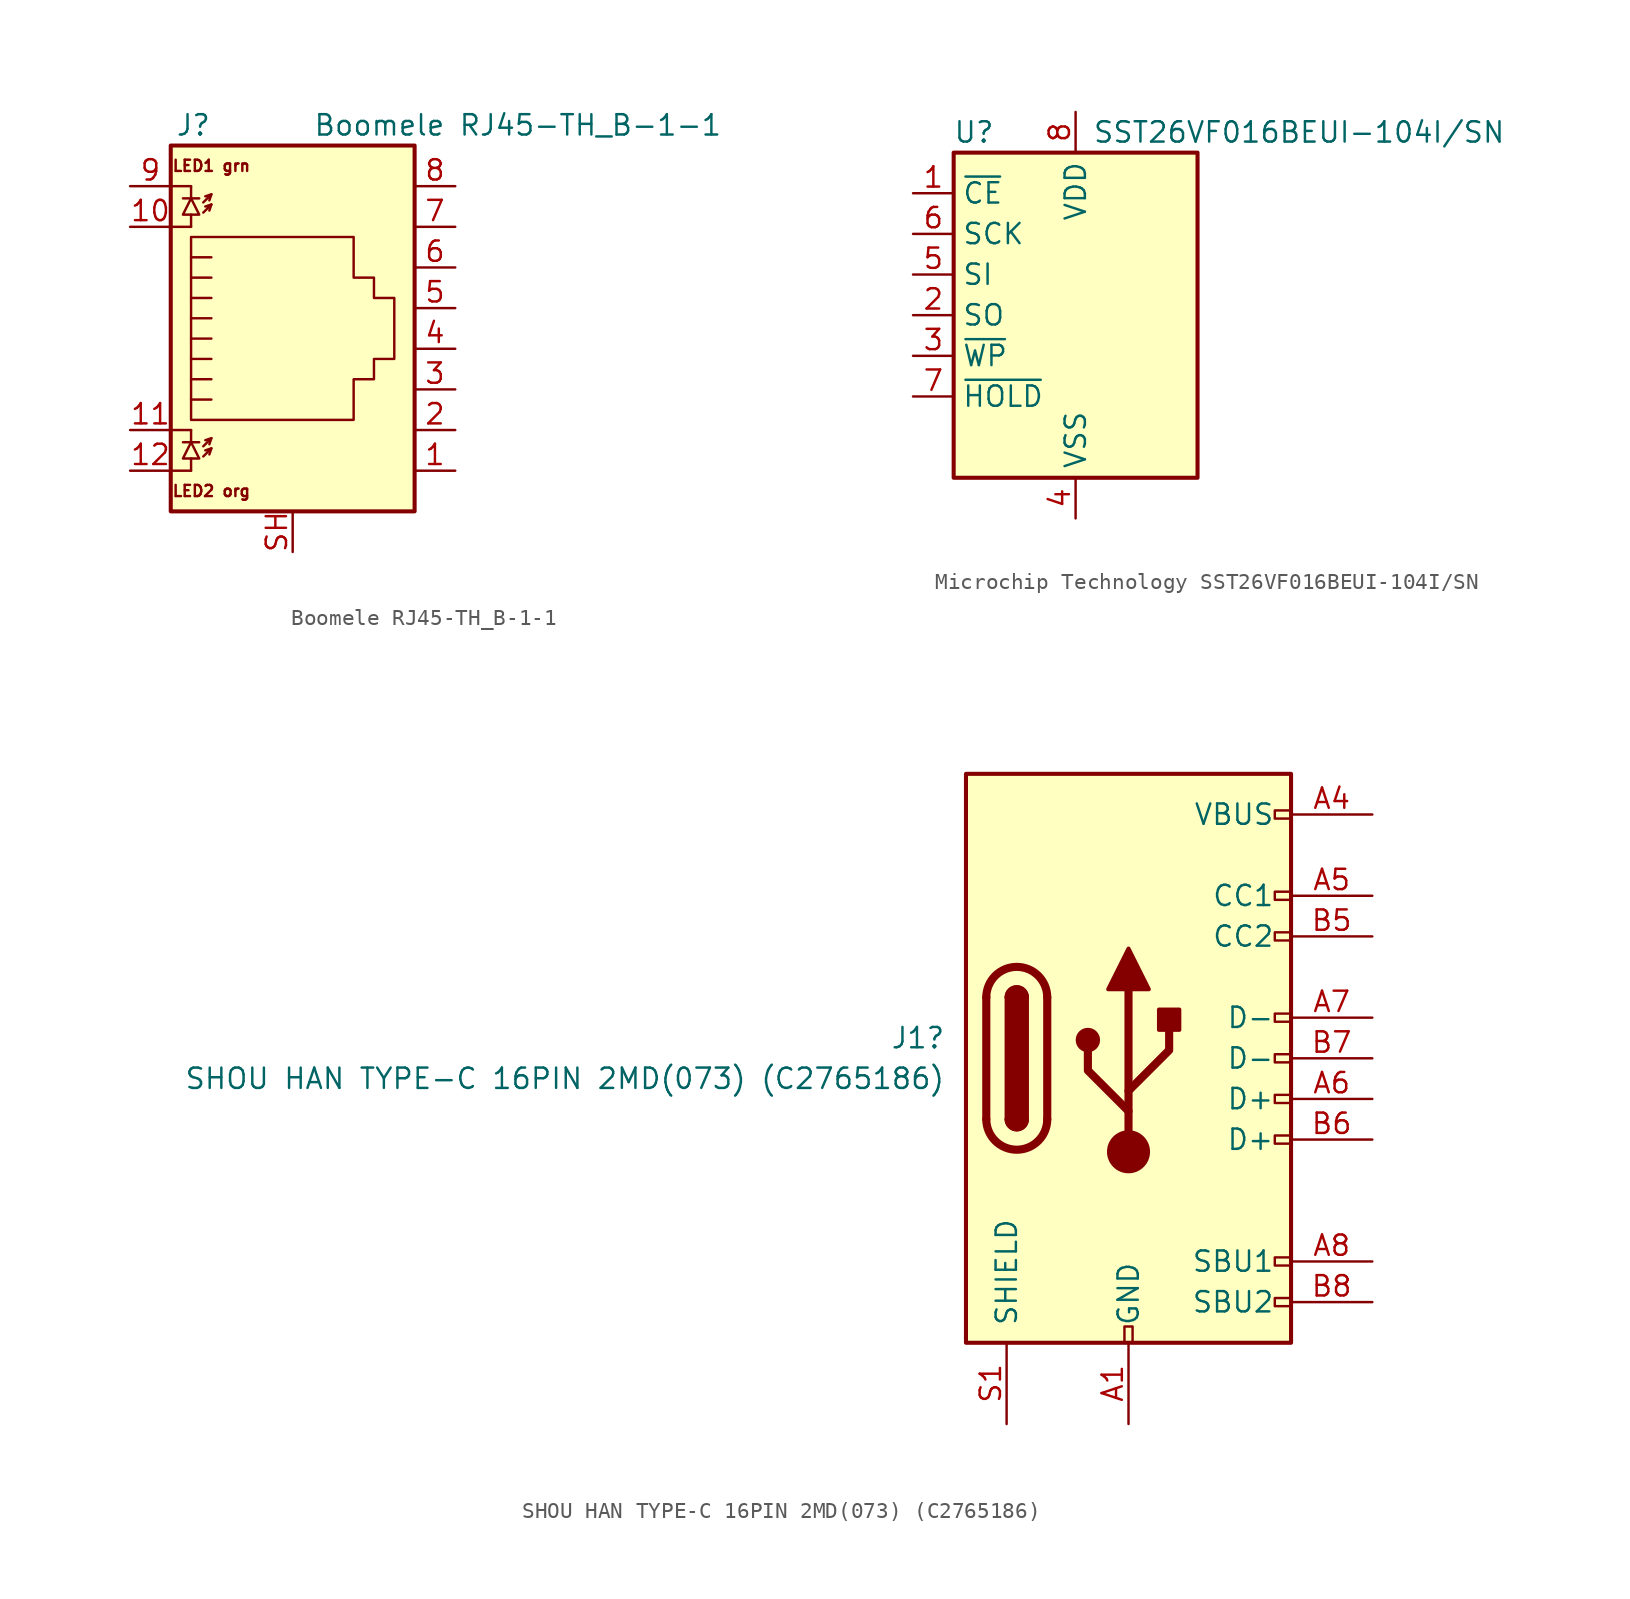
<source format=kicad_sym>
(kicad_symbol_lib
  (version 20220914)
  (generator kicad_symbol_editor)
  (symbol "Boomele RJ45-TH_B-1-1"
    (pin_names
      (offset 1.016))
    (property "Reference" "J"
      (at -5.08 13.97 0)
      (effects (font (size 1.27 1.27)) (justify right)))
    (property "Value" "Boomele RJ45-TH_B-1-1"
      (at 1.27 13.97 0)
      (effects (font (size 1.27 1.27)) (justify left)))
    (symbol "Boomele RJ45-TH_B-1-1_0_1"
      (rectangle (start -7.62 12.7) (end 7.62 -10.16) (stroke (width 0.254) (type default)) (fill (type background)))
      (polyline (pts (xy -7.62 -7.62) (xy -6.35 -7.62)) (stroke (width 0) (type default)) (fill (type none)))
      (polyline (pts (xy -7.62 -5.08) (xy -6.35 -5.08)) (stroke (width 0) (type default)) (fill (type none)))
      (polyline (pts (xy -7.62 7.62) (xy -6.35 7.62)) (stroke (width 0) (type default)) (fill (type none)))
      (polyline (pts (xy -7.62 10.16) (xy -6.35 10.16)) (stroke (width 0) (type default)) (fill (type none)))
      (polyline (pts (xy -6.858 -5.842) (xy -5.842 -5.842)) (stroke (width 0) (type default)) (fill (type none)))
      (polyline (pts (xy -6.858 9.398) (xy -5.842 9.398)) (stroke (width 0) (type default)) (fill (type none)))
      (polyline (pts (xy -6.35 -7.62) (xy -6.35 -6.858)) (stroke (width 0) (type default)) (fill (type none)))
      (polyline (pts (xy -6.35 -5.08) (xy -6.35 -5.842)) (stroke (width 0) (type default)) (fill (type none)))
      (polyline (pts (xy -6.35 7.62) (xy -6.35 8.382)) (stroke (width 0) (type default)) (fill (type none)))
      (polyline (pts (xy -6.35 10.16) (xy -6.35 9.398)) (stroke (width 0) (type default)) (fill (type none)))
      (polyline (pts (xy -5.08 -6.223) (xy -5.207 -6.604)) (stroke (width 0) (type default)) (fill (type none)))
      (polyline (pts (xy -5.08 -5.588) (xy -5.207 -5.969)) (stroke (width 0) (type default)) (fill (type none)))
      (polyline (pts (xy -5.08 4.445) (xy -6.35 4.445)) (stroke (width 0) (type default)) (fill (type none)))
      (polyline (pts (xy -5.08 5.715) (xy -6.35 5.715)) (stroke (width 0) (type default)) (fill (type none)))
      (polyline (pts (xy -5.08 9.017) (xy -5.207 8.636)) (stroke (width 0) (type default)) (fill (type none)))
      (polyline (pts (xy -5.08 9.652) (xy -5.207 9.271)) (stroke (width 0) (type default)) (fill (type none)))
      (polyline (pts (xy -6.35 -3.175) (xy -5.08 -3.175) (xy -5.08 -3.175)) (stroke (width 0) (type default)) (fill (type none)))
      (polyline (pts (xy -6.35 -1.905) (xy -5.08 -1.905) (xy -5.08 -1.905)) (stroke (width 0) (type default)) (fill (type none)))
      (polyline (pts (xy -6.35 -0.635) (xy -5.08 -0.635) (xy -5.08 -0.635)) (stroke (width 0) (type default)) (fill (type none)))
      (polyline (pts (xy -6.35 0.635) (xy -5.08 0.635) (xy -5.08 0.635)) (stroke (width 0) (type default)) (fill (type none)))
      (polyline (pts (xy -6.35 1.905) (xy -5.08 1.905) (xy -5.08 1.905)) (stroke (width 0) (type default)) (fill (type none)))
      (polyline (pts (xy -5.588 -6.731) (xy -5.08 -6.223) (xy -5.461 -6.35)) (stroke (width 0) (type default)) (fill (type none)))
      (polyline (pts (xy -5.588 -6.096) (xy -5.08 -5.588) (xy -5.461 -5.715)) (stroke (width 0) (type default)) (fill (type none)))
      (polyline (pts (xy -5.588 8.509) (xy -5.08 9.017) (xy -5.461 8.89)) (stroke (width 0) (type default)) (fill (type none)))
      (polyline (pts (xy -5.588 9.144) (xy -5.08 9.652) (xy -5.461 9.525)) (stroke (width 0) (type default)) (fill (type none)))
      (polyline (pts (xy -5.08 3.175) (xy -6.35 3.175) (xy -6.35 3.175)) (stroke (width 0) (type default)) (fill (type none)))
      (polyline (pts (xy -6.35 -5.842) (xy -6.858 -6.858) (xy -5.842 -6.858) (xy -6.35 -5.842)) (stroke (width 0) (type default)) (fill (type none)))
      (polyline (pts (xy -6.35 9.398) (xy -6.858 8.382) (xy -5.842 8.382) (xy -6.35 9.398)) (stroke (width 0) (type default)) (fill (type none)))
      (polyline (pts (xy -6.35 -4.445) (xy -6.35 6.985) (xy 3.81 6.985) (xy 3.81 4.445) (xy 5.08 4.445) (xy 5.08 3.175) (xy 6.35 3.175) (xy 6.35 -0.635) (xy 5.08 -0.635) (xy 5.08 -1.905) (xy 3.81 -1.905) (xy 3.81 -4.445) (xy -6.35 -4.445) (xy -6.35 -4.445)) (stroke (width 0) (type default)) (fill (type none))))
    (symbol "Boomele RJ45-TH_B-1-1_1_1"
      (text "LED1 grn" (at -5.08 11.43 0) (effects (font (size 0.7 0.7))))
      (text "LED2 org" (at -5.08 -8.89 0) (effects (font (size 0.7 0.7))))
      (pin passive line (at 10.16 -7.62 180) (length 2.54) (name "~" (effects (font (size 1.27 1.27)))) (number "1" (effects (font (size 1.27 1.27)))))
      (pin passive line (at -10.16 7.62 0) (length 2.54) (name "~" (effects (font (size 1.27 1.27)))) (number "10" (effects (font (size 1.27 1.27)))))
      (pin passive line (at -10.16 -5.08 0) (length 2.54) (name "~" (effects (font (size 1.27 1.27)))) (number "11" (effects (font (size 1.27 1.27)))))
      (pin passive line (at -10.16 -7.62 0) (length 2.54) (name "~" (effects (font (size 1.27 1.27)))) (number "12" (effects (font (size 1.27 1.27)))))
      (pin passive line (at 10.16 -5.08 180) (length 2.54) (name "~" (effects (font (size 1.27 1.27)))) (number "2" (effects (font (size 1.27 1.27)))))
      (pin passive line (at 10.16 -2.54 180) (length 2.54) (name "~" (effects (font (size 1.27 1.27)))) (number "3" (effects (font (size 1.27 1.27)))))
      (pin passive line (at 10.16 0 180) (length 2.54) (name "~" (effects (font (size 1.27 1.27)))) (number "4" (effects (font (size 1.27 1.27)))))
      (pin passive line (at 10.16 2.54 180) (length 2.54) (name "~" (effects (font (size 1.27 1.27)))) (number "5" (effects (font (size 1.27 1.27)))))
      (pin passive line (at 10.16 5.08 180) (length 2.54) (name "~" (effects (font (size 1.27 1.27)))) (number "6" (effects (font (size 1.27 1.27)))))
      (pin passive line (at 10.16 7.62 180) (length 2.54) (name "~" (effects (font (size 1.27 1.27)))) (number "7" (effects (font (size 1.27 1.27)))))
      (pin passive line (at 10.16 10.16 180) (length 2.54) (name "~" (effects (font (size 1.27 1.27)))) (number "8" (effects (font (size 1.27 1.27)))))
      (pin passive line (at -10.16 10.16 0) (length 2.54) (name "~" (effects (font (size 1.27 1.27)))) (number "9" (effects (font (size 1.27 1.27)))))
      (pin passive line (at 0 -12.7 90) (length 2.54) (name "~" (effects (font (size 1.27 1.27)))) (number "SH" (effects (font (size 1.27 1.27)))))))
  (symbol "Microchip Technology SST26VF016BEUI-104I/SN"
    (property "Reference" "U"
      (at -6.35 11.43 0)
      (effects (font (size 1.27 1.27))))
    (property "Value" "SST26VF016BEUI-104I/SN"
      (at 13.97 11.43 0)
      (effects (font (size 1.27 1.27))))
    (symbol "Microchip Technology SST26VF016BEUI-104I/SN_0_1"
      (rectangle (start -7.62 10.16) (end 7.62 -10.16) (stroke (width 0.254) (type default)) (fill (type background))))
    (symbol "Microchip Technology SST26VF016BEUI-104I/SN_1_1"
      (pin input line (at -10.16 7.62 0) (length 2.54) (name "~{CE}" (effects (font (size 1.27 1.27)))) (number "1" (effects (font (size 1.27 1.27)))))
      (pin output line (at -10.16 0 0) (length 2.54) (name "SO" (effects (font (size 1.27 1.27)))) (number "2" (effects (font (size 1.27 1.27)))))
      (pin input line (at -10.16 -2.54 0) (length 2.54) (name "~{WP}" (effects (font (size 1.27 1.27)))) (number "3" (effects (font (size 1.27 1.27)))))
      (pin power_in line (at 0 -12.7 90) (length 2.54) (name "VSS" (effects (font (size 1.27 1.27)))) (number "4" (effects (font (size 1.27 1.27)))))
      (pin input line (at -10.16 2.54 0) (length 2.54) (name "SI" (effects (font (size 1.27 1.27)))) (number "5" (effects (font (size 1.27 1.27)))))
      (pin input line (at -10.16 5.08 0) (length 2.54) (name "SCK" (effects (font (size 1.27 1.27)))) (number "6" (effects (font (size 1.27 1.27)))))
      (pin input line (at -10.16 -5.08 0) (length 2.54) (name "~{HOLD}" (effects (font (size 1.27 1.27)))) (number "7" (effects (font (size 1.27 1.27)))))
      (pin power_in line (at 0 12.7 270) (length 2.54) (name "VDD" (effects (font (size 1.27 1.27)))) (number "8" (effects (font (size 1.27 1.27)))))))
  (symbol "SHOU HAN TYPE-C 16PIN 2MD(073) (C2765186)"
    (pin_names
      (offset 1.016))
    (property "Reference" "J1"
      (at -11.43 1.27 0)
      (effects (font (size 1.27 1.27)) (justify right)))
    (property "Value" "SHOU HAN TYPE-C 16PIN 2MD(073) (C2765186)"
      (at -11.43 -1.27 0)
      (effects (font (size 1.27 1.27)) (justify right)))
    (symbol "SHOU HAN TYPE-C 16PIN 2MD(073) (C2765186)_0_0"
      (rectangle (start -0.254 -17.78) (end 0.254 -16.764) (stroke (width 0) (type default)) (fill (type none)))
      (rectangle (start 10.16 -14.986) (end 9.144 -15.494) (stroke (width 0) (type default)) (fill (type none)))
      (rectangle (start 10.16 -12.446) (end 9.144 -12.954) (stroke (width 0) (type default)) (fill (type none)))
      (rectangle (start 10.16 -4.826) (end 9.144 -5.334) (stroke (width 0) (type default)) (fill (type none)))
      (rectangle (start 10.16 -2.286) (end 9.144 -2.794) (stroke (width 0) (type default)) (fill (type none)))
      (rectangle (start 10.16 0.254) (end 9.144 -0.254) (stroke (width 0) (type default)) (fill (type none)))
      (rectangle (start 10.16 2.794) (end 9.144 2.286) (stroke (width 0) (type default)) (fill (type none)))
      (rectangle (start 10.16 7.874) (end 9.144 7.366) (stroke (width 0) (type default)) (fill (type none)))
      (rectangle (start 10.16 10.414) (end 9.144 9.906) (stroke (width 0) (type default)) (fill (type none)))
      (rectangle (start 10.16 15.494) (end 9.144 14.986) (stroke (width 0) (type default)) (fill (type none))))
    (symbol "SHOU HAN TYPE-C 16PIN 2MD(073) (C2765186)_0_1"
      (rectangle (start -10.16 17.78) (end 10.16 -17.78) (stroke (width 0.254) (type default)) (fill (type background)))
      (arc (start -8.89 -3.81) (mid -6.985 -5.7067) (end -5.08 -3.81) (stroke (width 0.508) (type default)) (fill (type none)))
      (arc (start -7.62 -3.81) (mid -6.985 -4.4423) (end -6.35 -3.81) (stroke (width 0.254) (type default)) (fill (type none)))
      (arc (start -7.62 -3.81) (mid -6.985 -4.4423) (end -6.35 -3.81) (stroke (width 0.254) (type default)) (fill (type outline)))
      (rectangle (start -7.62 -3.81) (end -6.35 3.81) (stroke (width 0.254) (type default)) (fill (type outline)))
      (arc (start -6.35 3.81) (mid -6.985 4.4423) (end -7.62 3.81) (stroke (width 0.254) (type default)) (fill (type none)))
      (arc (start -6.35 3.81) (mid -6.985 4.4423) (end -7.62 3.81) (stroke (width 0.254) (type default)) (fill (type outline)))
      (arc (start -5.08 3.81) (mid -6.985 5.7067) (end -8.89 3.81) (stroke (width 0.508) (type default)) (fill (type none)))
      (circle (center -2.54 1.143) (radius 0.635) (stroke (width 0.254) (type default)) (fill (type outline)))
      (circle (center 0 -5.842) (radius 1.27) (stroke (width 0) (type default)) (fill (type outline)))
      (polyline (pts (xy -8.89 -3.81) (xy -8.89 3.81)) (stroke (width 0.508) (type default)) (fill (type none)))
      (polyline (pts (xy -5.08 3.81) (xy -5.08 -3.81)) (stroke (width 0.508) (type default)) (fill (type none)))
      (polyline (pts (xy 0 -5.842) (xy 0 4.318)) (stroke (width 0.508) (type default)) (fill (type none)))
      (polyline (pts (xy 0 -3.302) (xy -2.54 -0.762) (xy -2.54 0.508)) (stroke (width 0.508) (type default)) (fill (type none)))
      (polyline (pts (xy 0 -2.032) (xy 2.54 0.508) (xy 2.54 1.778)) (stroke (width 0.508) (type default)) (fill (type none)))
      (polyline (pts (xy -1.27 4.318) (xy 0 6.858) (xy 1.27 4.318) (xy -1.27 4.318)) (stroke (width 0.254) (type default)) (fill (type outline)))
      (rectangle (start 1.905 1.778) (end 3.175 3.048) (stroke (width 0.254) (type default)) (fill (type outline))))
    (symbol "SHOU HAN TYPE-C 16PIN 2MD(073) (C2765186)_1_1"
      (pin passive line (at 0 -22.86 90) (length 5.08) (name "GND" (effects (font (size 1.27 1.27)))) (number "A1" (effects (font (size 1.27 1.27)))))
      (pin passive line (at 0 -22.86 90) (length 5.08) hide (name "GND" (effects (font (size 1.27 1.27)))) (number "A12" (effects (font (size 1.27 1.27)))))
      (pin passive line (at 15.24 15.24 180) (length 5.08) (name "VBUS" (effects (font (size 1.27 1.27)))) (number "A4" (effects (font (size 1.27 1.27)))))
      (pin bidirectional line (at 15.24 10.16 180) (length 5.08) (name "CC1" (effects (font (size 1.27 1.27)))) (number "A5" (effects (font (size 1.27 1.27)))))
      (pin bidirectional line (at 15.24 -2.54 180) (length 5.08) (name "D+" (effects (font (size 1.27 1.27)))) (number "A6" (effects (font (size 1.27 1.27)))))
      (pin bidirectional line (at 15.24 2.54 180) (length 5.08) (name "D-" (effects (font (size 1.27 1.27)))) (number "A7" (effects (font (size 1.27 1.27)))))
      (pin bidirectional line (at 15.24 -12.7 180) (length 5.08) (name "SBU1" (effects (font (size 1.27 1.27)))) (number "A8" (effects (font (size 1.27 1.27)))))
      (pin passive line (at 15.24 15.24 180) (length 5.08) hide (name "VBUS" (effects (font (size 1.27 1.27)))) (number "A9" (effects (font (size 1.27 1.27)))))
      (pin passive line (at 0 -22.86 90) (length 5.08) hide (name "GND" (effects (font (size 1.27 1.27)))) (number "B1" (effects (font (size 1.27 1.27)))))
      (pin passive line (at 0 -22.86 90) (length 5.08) hide (name "GND" (effects (font (size 1.27 1.27)))) (number "B12" (effects (font (size 1.27 1.27)))))
      (pin passive line (at 15.24 15.24 180) (length 5.08) hide (name "VBUS" (effects (font (size 1.27 1.27)))) (number "B4" (effects (font (size 1.27 1.27)))))
      (pin bidirectional line (at 15.24 7.62 180) (length 5.08) (name "CC2" (effects (font (size 1.27 1.27)))) (number "B5" (effects (font (size 1.27 1.27)))))
      (pin bidirectional line (at 15.24 -5.08 180) (length 5.08) (name "D+" (effects (font (size 1.27 1.27)))) (number "B6" (effects (font (size 1.27 1.27)))))
      (pin bidirectional line (at 15.24 0 180) (length 5.08) (name "D-" (effects (font (size 1.27 1.27)))) (number "B7" (effects (font (size 1.27 1.27)))))
      (pin bidirectional line (at 15.24 -15.24 180) (length 5.08) (name "SBU2" (effects (font (size 1.27 1.27)))) (number "B8" (effects (font (size 1.27 1.27)))))
      (pin passive line (at 15.24 15.24 180) (length 5.08) hide (name "VBUS" (effects (font (size 1.27 1.27)))) (number "B9" (effects (font (size 1.27 1.27)))))
      (pin passive line (at -7.62 -22.86 90) (length 5.08) (name "SHIELD" (effects (font (size 1.27 1.27)))) (number "S1" (effects (font (size 1.27 1.27))))))))
</source>
